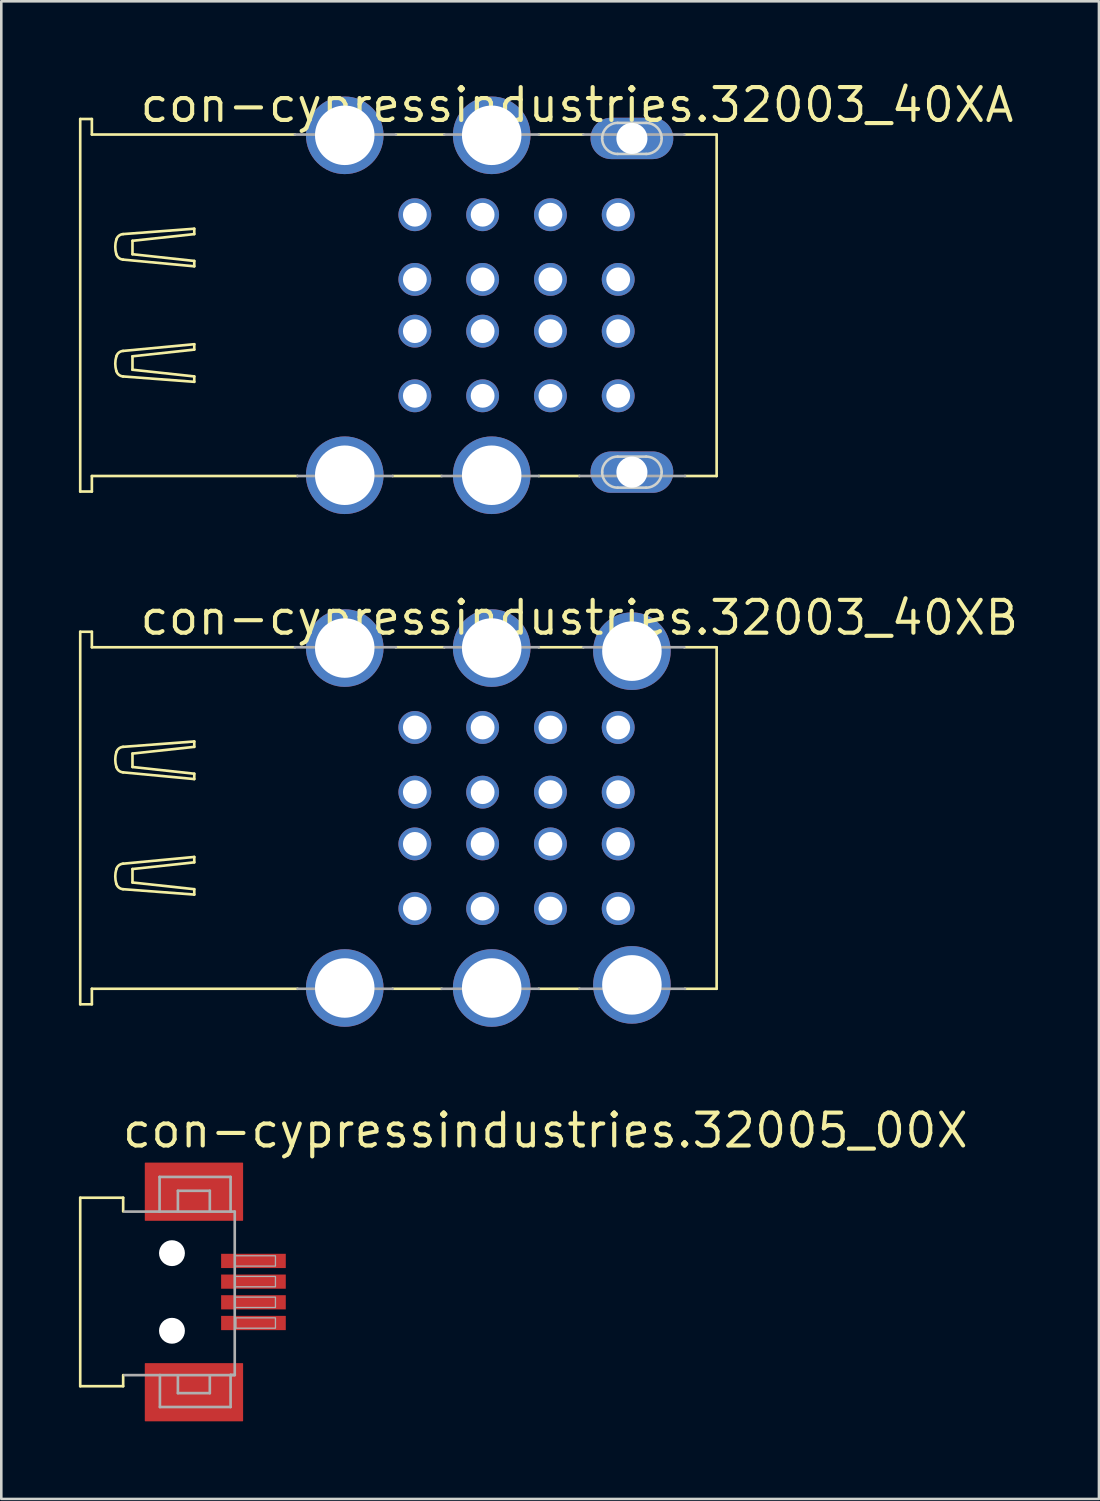
<source format=kicad_pcb>
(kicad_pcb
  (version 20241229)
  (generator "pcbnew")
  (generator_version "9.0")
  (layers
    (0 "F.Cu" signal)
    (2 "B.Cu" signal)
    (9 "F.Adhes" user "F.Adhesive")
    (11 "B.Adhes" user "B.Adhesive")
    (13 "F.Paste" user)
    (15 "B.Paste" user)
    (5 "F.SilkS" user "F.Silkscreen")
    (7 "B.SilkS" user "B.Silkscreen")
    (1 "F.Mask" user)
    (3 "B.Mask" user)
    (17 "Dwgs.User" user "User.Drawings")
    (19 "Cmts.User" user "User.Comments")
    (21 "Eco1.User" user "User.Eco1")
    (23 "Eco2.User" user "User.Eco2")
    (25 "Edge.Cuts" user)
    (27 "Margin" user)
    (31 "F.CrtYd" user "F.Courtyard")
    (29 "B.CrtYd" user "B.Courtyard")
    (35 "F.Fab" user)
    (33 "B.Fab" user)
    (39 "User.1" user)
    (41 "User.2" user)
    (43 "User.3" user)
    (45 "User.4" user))
  (footprint "con-cypressindustries.32003_40XB"
    (layer "F.Cu")
    (at 10.276 28.57)
    (property "Reference" "con-cypressindustries.32003_40XB" (at -8 -7 0) (layer "F.SilkS") (effects (font (size 1.27 1.27) (thickness 0.16)) (justify left bottom)))
    (attr through_hole)
    (fp_line (start -10.225 -7.2) (end -10.225 7.2) (stroke (width 0.102) (type default)) (layer "F.SilkS"))
    (fp_line (start -10.225 7.2) (end -9.775 7.2) (stroke (width 0.102) (type default)) (layer "F.SilkS"))
    (fp_line (start -9.775 -7.2) (end -10.225 -7.2) (stroke (width 0.102) (type default)) (layer "F.SilkS"))
    (fp_line (start -9.775 -6.6) (end -9.775 -7.2) (stroke (width 0.102) (type default)) (layer "F.SilkS"))
    (fp_line (start -9.775 6.6) (end -1.825 6.6) (stroke (width 0.102) (type default)) (layer "F.SilkS"))
    (fp_line (start -9.775 7.2) (end -9.775 6.6) (stroke (width 0.102) (type default)) (layer "F.SilkS"))
    (fp_line (start -8.569 -1.765) (end -5.817 -1.506) (stroke (width 0.102) (type default)) (layer "F.SilkS"))
    (fp_line (start -8.569 1.765) (end -5.817 1.505) (stroke (width 0.102) (type default)) (layer "F.SilkS"))
    (fp_line (start -8.205 -2.492) (end -5.817 -2.751) (stroke (width 0.102) (type default)) (layer "F.SilkS"))
    (fp_line (start -8.205 -1.973) (end -8.205 -2.492) (stroke (width 0.102) (type default)) (layer "F.SilkS"))
    (fp_line (start -8.205 1.972) (end -8.205 2.492) (stroke (width 0.102) (type default)) (layer "F.SilkS"))
    (fp_line (start -8.205 2.492) (end -5.817 2.751) (stroke (width 0.102) (type default)) (layer "F.SilkS"))
    (fp_line (start -5.817 -2.959) (end -8.569 -2.751) (stroke (width 0.102) (type default)) (layer "F.SilkS"))
    (fp_line (start -5.817 -2.751) (end -5.817 -2.959) (stroke (width 0.102) (type default)) (layer "F.SilkS"))
    (fp_line (start -5.817 -1.713) (end -8.205 -1.973) (stroke (width 0.102) (type default)) (layer "F.SilkS"))
    (fp_line (start -5.817 -1.506) (end -5.817 -1.713) (stroke (width 0.102) (type default)) (layer "F.SilkS"))
    (fp_line (start -5.817 1.505) (end -5.817 1.713) (stroke (width 0.102) (type default)) (layer "F.SilkS"))
    (fp_line (start -5.817 1.713) (end -8.205 1.972) (stroke (width 0.102) (type default)) (layer "F.SilkS"))
    (fp_line (start -5.817 2.751) (end -5.817 2.959) (stroke (width 0.102) (type default)) (layer "F.SilkS"))
    (fp_line (start -5.817 2.959) (end -8.569 2.751) (stroke (width 0.102) (type default)) (layer "F.SilkS"))
    (fp_line (start -1.925 -6.6) (end -9.775 -6.6) (stroke (width 0.102) (type default)) (layer "F.SilkS"))
    (fp_line (start 1.85 6.6) (end 3.75 6.6) (stroke (width 0.102) (type default)) (layer "F.SilkS"))
    (fp_line (start 3.85 -6.6) (end 1.975 -6.6) (stroke (width 0.102) (type default)) (layer "F.SilkS"))
    (fp_line (start 7.5 6.6) (end 9.075 6.6) (stroke (width 0.102) (type default)) (layer "F.SilkS"))
    (fp_line (start 9.225 -6.6) (end 7.5 -6.6) (stroke (width 0.102) (type default)) (layer "F.SilkS"))
    (fp_line (start 13.15 6.6) (end 14.375 6.6) (stroke (width 0.102) (type default)) (layer "F.SilkS"))
    (fp_line (start 14.375 -6.6) (end 13.125 -6.6) (stroke (width 0.102) (type default)) (layer "F.SilkS"))
    (fp_line (start 14.375 6.6) (end 14.375 -6.6) (stroke (width 0.102) (type default)) (layer "F.SilkS"))
    (fp_arc (start -8.828 -2.5438) (mid -8.730297 -2.687659) (end -8.5685 -2.7514) (stroke (width 0.1016) (type default)) (layer "F.SilkS"))
    (fp_arc (start -8.828 -1.9727) (mid -8.870802 -2.25825) (end -8.828 -2.5438) (stroke (width 0.1016) (type default)) (layer "F.SilkS"))
    (fp_arc (start -8.828 1.9725) (mid -8.730297 1.828641) (end -8.5685 1.7649) (stroke (width 0.1016) (type default)) (layer "F.SilkS"))
    (fp_arc (start -8.828 2.5436) (mid -8.870802 2.25805) (end -8.828 1.9725) (stroke (width 0.1016) (type default)) (layer "F.SilkS"))
    (fp_arc (start -8.5685 -1.7651) (mid -8.730297 -1.828841) (end -8.828 -1.9727) (stroke (width 0.1016) (type default)) (layer "F.SilkS"))
    (fp_arc (start -8.5685 2.7512) (mid -8.730297 2.687459) (end -8.828 2.5436) (stroke (width 0.1016) (type default)) (layer "F.SilkS"))
    (fp_line (start -1.825 6.6) (end 1.85 6.6) (stroke (width 0.102) (type default)) (layer "F.Fab"))
    (fp_line (start 1.975 -6.6) (end -1.925 -6.6) (stroke (width 0.102) (type default)) (layer "F.Fab"))
    (fp_line (start 3.75 6.6) (end 7.5 6.6) (stroke (width 0.102) (type default)) (layer "F.Fab"))
    (fp_line (start 7.5 -6.6) (end 3.85 -6.6) (stroke (width 0.102) (type default)) (layer "F.Fab"))
    (fp_line (start 9.075 6.6) (end 13.15 6.6) (stroke (width 0.102) (type default)) (layer "F.Fab"))
    (fp_line (start 13.125 -6.6) (end 9.225 -6.6) (stroke (width 0.102) (type default)) (layer "F.Fab"))
    (pad "1-1" thru_hole circle (at 2.71 3.5) (size 1.27 1.27) (drill 0.92) (layers "*.Cu" "*.Mask"))
    (pad "1-2" thru_hole circle (at 2.71 1) (size 1.27 1.27) (drill 0.92) (layers "*.Cu" "*.Mask"))
    (pad "1-3" thru_hole circle (at 2.71 -1) (size 1.27 1.27) (drill 0.92) (layers "*.Cu" "*.Mask"))
    (pad "1-4" thru_hole circle (at 2.71 -3.5) (size 1.27 1.27) (drill 0.92) (layers "*.Cu" "*.Mask"))
    (pad "2-1" thru_hole circle (at 5.33 3.5) (size 1.27 1.27) (drill 0.92) (layers "*.Cu" "*.Mask"))
    (pad "2-2" thru_hole circle (at 5.33 1) (size 1.27 1.27) (drill 0.92) (layers "*.Cu" "*.Mask"))
    (pad "2-3" thru_hole circle (at 5.33 -1) (size 1.27 1.27) (drill 0.92) (layers "*.Cu" "*.Mask"))
    (pad "2-4" thru_hole circle (at 5.33 -3.5) (size 1.27 1.27) (drill 0.92) (layers "*.Cu" "*.Mask"))
    (pad "3-1" thru_hole circle (at 7.95 3.5) (size 1.27 1.27) (drill 0.92) (layers "*.Cu" "*.Mask"))
    (pad "3-2" thru_hole circle (at 7.95 1) (size 1.27 1.27) (drill 0.92) (layers "*.Cu" "*.Mask"))
    (pad "3-3" thru_hole circle (at 7.95 -1) (size 1.27 1.27) (drill 0.92) (layers "*.Cu" "*.Mask"))
    (pad "3-4" thru_hole circle (at 7.95 -3.5) (size 1.27 1.27) (drill 0.92) (layers "*.Cu" "*.Mask"))
    (pad "4-1" thru_hole circle (at 10.57 3.5) (size 1.27 1.27) (drill 0.92) (layers "*.Cu" "*.Mask"))
    (pad "4-2" thru_hole circle (at 10.57 1) (size 1.27 1.27) (drill 0.92) (layers "*.Cu" "*.Mask"))
    (pad "4-3" thru_hole circle (at 10.57 -1) (size 1.27 1.27) (drill 0.92) (layers "*.Cu" "*.Mask"))
    (pad "4-4" thru_hole circle (at 10.57 -3.5) (size 1.27 1.27) (drill 0.92) (layers "*.Cu" "*.Mask"))
    (pad "M1" thru_hole circle (at 0 -6.57) (size 3 3) (drill 2.3) (layers "*.Cu" "*.Mask"))
    (pad "M2" thru_hole circle (at 0 6.57) (size 3 3) (drill 2.3) (layers "*.Cu" "*.Mask"))
    (pad "M3" thru_hole circle (at 5.68 -6.57) (size 3 3) (drill 2.3) (layers "*.Cu" "*.Mask"))
    (pad "M4" thru_hole circle (at 5.68 6.57) (size 3 3) (drill 2.3) (layers "*.Cu" "*.Mask"))
    (pad "M5" thru_hole circle (at 11.1 -6.45) (size 3 3) (drill 2.3) (layers "*.Cu" "*.Mask"))
    (pad "M6" thru_hole circle (at 11.1 6.45) (size 3 3) (drill 2.3) (layers "*.Cu" "*.Mask")))
  (footprint "con-cypressindustries.32005_00X"
    (layer "F.Cu")
    (at 3.597 46.89)
    (property "Reference" "con-cypressindustries.32005_00X" (at -2 -5.5 0) (layer "F.SilkS") (effects (font (size 1.27 1.27) (thickness 0.16)) (justify left bottom)))
    (attr smd)
    (fp_line (start -3.546 -3.643) (end -1.886 -3.643) (stroke (width 0.102) (type default)) (layer "F.SilkS"))
    (fp_line (start -3.546 3.643) (end -3.546 -3.643) (stroke (width 0.102) (type default)) (layer "F.SilkS"))
    (fp_line (start -1.886 -3.643) (end -1.886 -3.112) (stroke (width 0.102) (type default)) (layer "F.SilkS"))
    (fp_line (start -1.886 3.212) (end -1.886 3.643) (stroke (width 0.102) (type default)) (layer "F.SilkS"))
    (fp_line (start -1.886 3.643) (end -3.546 3.643) (stroke (width 0.102) (type default)) (layer "F.SilkS"))
    (fp_line (start -1.832 -3.107) (end -0.479 -3.107) (stroke (width 0.102) (type default)) (layer "F.Fab"))
    (fp_line (start -1.832 3.214) (end -0.466 3.214) (stroke (width 0.102) (type default)) (layer "F.Fab"))
    (fp_line (start -0.479 -4.447) (end 2.266 -4.447) (stroke (width 0.102) (type default)) (layer "F.Fab"))
    (fp_line (start -0.479 -3.107) (end -0.479 -4.447) (stroke (width 0.102) (type default)) (layer "F.Fab"))
    (fp_line (start -0.479 -3.107) (end 2.266 -3.107) (stroke (width 0.102) (type default)) (layer "F.Fab"))
    (fp_line (start -0.466 3.214) (end 2.429 3.214) (stroke (width 0.102) (type default)) (layer "F.Fab"))
    (fp_line (start -0.466 4.447) (end -0.466 3.214) (stroke (width 0.102) (type default)) (layer "F.Fab"))
    (fp_line (start 0.23 -3.911) (end 0.23 -3.134) (stroke (width 0.102) (type default)) (layer "F.Fab"))
    (fp_line (start 0.23 3.911) (end 0.23 3.234) (stroke (width 0.102) (type default)) (layer "F.Fab"))
    (fp_line (start 1.463 -3.911) (end 0.23 -3.911) (stroke (width 0.102) (type default)) (layer "F.Fab"))
    (fp_line (start 1.463 -3.134) (end 1.463 -3.911) (stroke (width 0.102) (type default)) (layer "F.Fab"))
    (fp_line (start 1.463 3.234) (end 1.463 3.911) (stroke (width 0.102) (type default)) (layer "F.Fab"))
    (fp_line (start 1.463 3.911) (end 0.23 3.911) (stroke (width 0.102) (type default)) (layer "F.Fab"))
    (fp_line (start 2.266 -4.447) (end 2.266 -3.107) (stroke (width 0.102) (type default)) (layer "F.Fab"))
    (fp_line (start 2.266 -3.107) (end 2.427 -3.107) (stroke (width 0.102) (type default)) (layer "F.Fab"))
    (fp_line (start 2.266 3.207) (end 2.266 4.447) (stroke (width 0.102) (type default)) (layer "F.Fab"))
    (fp_line (start 2.266 4.447) (end -0.466 4.447) (stroke (width 0.102) (type default)) (layer "F.Fab"))
    (fp_line (start 2.427 -3.107) (end 2.427 3.207) (stroke (width 0.102) (type default)) (layer "F.Fab"))
    (fp_line (start 2.427 3.207) (end 2.266 3.207) (stroke (width 0.102) (type default)) (layer "F.Fab"))
    (fp_rect (start 2.425 -1) (end 4 -1.4) (stroke (width 0.05) (type default)) (fill no) (layer "F.Fab"))
    (fp_rect (start 2.45 -0.2) (end 4 -0.6) (stroke (width 0.05) (type default)) (fill no) (layer "F.Fab"))
    (fp_rect (start 2.45 0.6) (end 4 0.2) (stroke (width 0.05) (type default)) (fill no) (layer "F.Fab"))
    (fp_rect (start 2.475 1.4) (end 4 1) (stroke (width 0.05) (type default)) (fill no) (layer "F.Fab"))
    (pad "" np_thru_hole circle (at 0 -1.5) (size 1 1) (drill 1) (layers "*.Cu" "*.Mask"))
    (pad "" np_thru_hole circle (at 0 1.5) (size 1 1) (drill 1) (layers "*.Cu" "*.Mask"))
    (pad "1" smd roundrect (at 3.15 -1.2 270) (size 0.55 2.5) (layers "F.Cu" "F.Mask" "F.Paste") (roundrect_rratio 0.01))
    (pad "2" smd roundrect (at 3.15 -0.4 270) (size 0.55 2.5) (layers "F.Cu" "F.Mask" "F.Paste") (roundrect_rratio 0.01))
    (pad "3" smd roundrect (at 3.15 0.4 270) (size 0.55 2.5) (layers "F.Cu" "F.Mask" "F.Paste") (roundrect_rratio 0.01))
    (pad "4" smd roundrect (at 3.15 1.2 270) (size 0.55 2.5) (layers "F.Cu" "F.Mask" "F.Paste") (roundrect_rratio 0.01))
    (pad "M1" smd roundrect (at 0.85 -3.875 270) (size 2.25 3.8) (layers "F.Cu" "F.Mask" "F.Paste") (roundrect_rratio 0.01))
    (pad "M2" smd roundrect (at 0.85 3.875 270) (size 2.25 3.8) (layers "F.Cu" "F.Mask" "F.Paste") (roundrect_rratio 0.01)))
  (footprint "con-cypressindustries.32003_40XA"
    (layer "F.Cu")
    (at 10.276 8.75)
    (property "Reference" "con-cypressindustries.32003_40XA" (at -8 -7 0) (layer "F.SilkS") (effects (font (size 1.27 1.27) (thickness 0.16)) (justify left bottom)))
    (attr through_hole)
    (fp_line (start -10.225 -7.2) (end -10.225 7.2) (stroke (width 0.102) (type default)) (layer "F.SilkS"))
    (fp_line (start -10.225 7.2) (end -9.775 7.2) (stroke (width 0.102) (type default)) (layer "F.SilkS"))
    (fp_line (start -9.775 -7.2) (end -10.225 -7.2) (stroke (width 0.102) (type default)) (layer "F.SilkS"))
    (fp_line (start -9.775 -6.6) (end -9.775 -7.2) (stroke (width 0.102) (type default)) (layer "F.SilkS"))
    (fp_line (start -9.775 6.6) (end -1.825 6.6) (stroke (width 0.102) (type default)) (layer "F.SilkS"))
    (fp_line (start -9.775 7.2) (end -9.775 6.6) (stroke (width 0.102) (type default)) (layer "F.SilkS"))
    (fp_line (start -8.569 -1.765) (end -5.817 -1.506) (stroke (width 0.102) (type default)) (layer "F.SilkS"))
    (fp_line (start -8.569 1.765) (end -5.817 1.505) (stroke (width 0.102) (type default)) (layer "F.SilkS"))
    (fp_line (start -8.205 -2.492) (end -5.817 -2.751) (stroke (width 0.102) (type default)) (layer "F.SilkS"))
    (fp_line (start -8.205 -1.973) (end -8.205 -2.492) (stroke (width 0.102) (type default)) (layer "F.SilkS"))
    (fp_line (start -8.205 1.972) (end -8.205 2.492) (stroke (width 0.102) (type default)) (layer "F.SilkS"))
    (fp_line (start -8.205 2.492) (end -5.817 2.751) (stroke (width 0.102) (type default)) (layer "F.SilkS"))
    (fp_line (start -5.817 -2.959) (end -8.569 -2.751) (stroke (width 0.102) (type default)) (layer "F.SilkS"))
    (fp_line (start -5.817 -2.751) (end -5.817 -2.959) (stroke (width 0.102) (type default)) (layer "F.SilkS"))
    (fp_line (start -5.817 -1.713) (end -8.205 -1.973) (stroke (width 0.102) (type default)) (layer "F.SilkS"))
    (fp_line (start -5.817 -1.506) (end -5.817 -1.713) (stroke (width 0.102) (type default)) (layer "F.SilkS"))
    (fp_line (start -5.817 1.505) (end -5.817 1.713) (stroke (width 0.102) (type default)) (layer "F.SilkS"))
    (fp_line (start -5.817 1.713) (end -8.205 1.972) (stroke (width 0.102) (type default)) (layer "F.SilkS"))
    (fp_line (start -5.817 2.751) (end -5.817 2.959) (stroke (width 0.102) (type default)) (layer "F.SilkS"))
    (fp_line (start -5.817 2.959) (end -8.569 2.751) (stroke (width 0.102) (type default)) (layer "F.SilkS"))
    (fp_line (start -1.925 -6.6) (end -9.775 -6.6) (stroke (width 0.102) (type default)) (layer "F.SilkS"))
    (fp_line (start 1.85 6.6) (end 3.75 6.6) (stroke (width 0.102) (type default)) (layer "F.SilkS"))
    (fp_line (start 3.85 -6.6) (end 1.975 -6.6) (stroke (width 0.102) (type default)) (layer "F.SilkS"))
    (fp_line (start 7.5 6.6) (end 9.075 6.6) (stroke (width 0.102) (type default)) (layer "F.SilkS"))
    (fp_line (start 9.225 -6.6) (end 7.5 -6.6) (stroke (width 0.102) (type default)) (layer "F.SilkS"))
    (fp_line (start 13.15 6.6) (end 14.375 6.6) (stroke (width 0.102) (type default)) (layer "F.SilkS"))
    (fp_line (start 14.375 -6.6) (end 13.125 -6.6) (stroke (width 0.102) (type default)) (layer "F.SilkS"))
    (fp_line (start 14.375 6.6) (end 14.375 -6.6) (stroke (width 0.102) (type default)) (layer "F.SilkS"))
    (fp_arc (start -8.828 -2.5438) (mid -8.730297 -2.687659) (end -8.5685 -2.7514) (stroke (width 0.1016) (type default)) (layer "F.SilkS"))
    (fp_arc (start -8.828 -1.9727) (mid -8.870802 -2.25825) (end -8.828 -2.5438) (stroke (width 0.1016) (type default)) (layer "F.SilkS"))
    (fp_arc (start -8.828 1.9725) (mid -8.730297 1.828641) (end -8.5685 1.7649) (stroke (width 0.1016) (type default)) (layer "F.SilkS"))
    (fp_arc (start -8.828 2.5436) (mid -8.870802 2.25805) (end -8.828 1.9725) (stroke (width 0.1016) (type default)) (layer "F.SilkS"))
    (fp_arc (start -8.5685 -1.7651) (mid -8.730297 -1.828841) (end -8.828 -1.9727) (stroke (width 0.1016) (type default)) (layer "F.SilkS"))
    (fp_arc (start -8.5685 2.7512) (mid -8.730297 2.687459) (end -8.828 2.5436) (stroke (width 0.1016) (type default)) (layer "F.SilkS"))
    (fp_line (start 10.55 -7.05) (end 11.65 -7.05) (stroke (width 0.1) (type default)) (layer "Edge.Cuts"))
    (fp_line (start 10.55 5.85) (end 11.65 5.85) (stroke (width 0.1) (type default)) (layer "Edge.Cuts"))
    (fp_line (start 11.65 -5.85) (end 10.55 -5.85) (stroke (width 0.1) (type default)) (layer "Edge.Cuts"))
    (fp_line (start 11.65 7.05) (end 10.55 7.05) (stroke (width 0.1) (type default)) (layer "Edge.Cuts"))
    (fp_arc (start 9.95 -6.45) (mid 10.125736 -6.874264) (end 10.55 -7.05) (stroke (width 0.1) (type default)) (layer "Edge.Cuts"))
    (fp_arc (start 9.95 6.45) (mid 10.125736 6.025736) (end 10.55 5.85) (stroke (width 0.1) (type default)) (layer "Edge.Cuts"))
    (fp_arc (start 10.55 -5.85) (mid 10.125736 -6.025736) (end 9.95 -6.45) (stroke (width 0.1) (type default)) (layer "Edge.Cuts"))
    (fp_arc (start 10.55 7.05) (mid 10.125736 6.874264) (end 9.95 6.45) (stroke (width 0.1) (type default)) (layer "Edge.Cuts"))
    (fp_arc (start 11.65 -7.05) (mid 12.074264 -6.874264) (end 12.25 -6.45) (stroke (width 0.1) (type default)) (layer "Edge.Cuts"))
    (fp_arc (start 11.65 5.85) (mid 12.074264 6.025736) (end 12.25 6.45) (stroke (width 0.1) (type default)) (layer "Edge.Cuts"))
    (fp_arc (start 12.25 -6.45) (mid 12.074264 -6.025736) (end 11.65 -5.85) (stroke (width 0.1) (type default)) (layer "Edge.Cuts"))
    (fp_arc (start 12.25 6.45) (mid 12.074264 6.874264) (end 11.65 7.05) (stroke (width 0.1) (type default)) (layer "Edge.Cuts"))
    (fp_line (start -1.825 6.6) (end 1.85 6.6) (stroke (width 0.102) (type default)) (layer "F.Fab"))
    (fp_line (start 1.975 -6.6) (end -1.925 -6.6) (stroke (width 0.102) (type default)) (layer "F.Fab"))
    (fp_line (start 3.75 6.6) (end 7.5 6.6) (stroke (width 0.102) (type default)) (layer "F.Fab"))
    (fp_line (start 7.5 -6.6) (end 3.85 -6.6) (stroke (width 0.102) (type default)) (layer "F.Fab"))
    (fp_line (start 9.075 6.6) (end 13.15 6.6) (stroke (width 0.102) (type default)) (layer "F.Fab"))
    (fp_line (start 13.125 -6.6) (end 9.225 -6.6) (stroke (width 0.102) (type default)) (layer "F.Fab"))
    (pad "1-1" thru_hole circle (at 2.71 3.5) (size 1.27 1.27) (drill 0.92) (layers "*.Cu" "*.Mask"))
    (pad "1-2" thru_hole circle (at 2.71 1) (size 1.27 1.27) (drill 0.92) (layers "*.Cu" "*.Mask"))
    (pad "1-3" thru_hole circle (at 2.71 -1) (size 1.27 1.27) (drill 0.92) (layers "*.Cu" "*.Mask"))
    (pad "1-4" thru_hole circle (at 2.71 -3.5) (size 1.27 1.27) (drill 0.92) (layers "*.Cu" "*.Mask"))
    (pad "2-1" thru_hole circle (at 5.33 3.5) (size 1.27 1.27) (drill 0.92) (layers "*.Cu" "*.Mask"))
    (pad "2-2" thru_hole circle (at 5.33 1) (size 1.27 1.27) (drill 0.92) (layers "*.Cu" "*.Mask"))
    (pad "2-3" thru_hole circle (at 5.33 -1) (size 1.27 1.27) (drill 0.92) (layers "*.Cu" "*.Mask"))
    (pad "2-4" thru_hole circle (at 5.33 -3.5) (size 1.27 1.27) (drill 0.92) (layers "*.Cu" "*.Mask"))
    (pad "3-1" thru_hole circle (at 7.95 3.5) (size 1.27 1.27) (drill 0.92) (layers "*.Cu" "*.Mask"))
    (pad "3-2" thru_hole circle (at 7.95 1) (size 1.27 1.27) (drill 0.92) (layers "*.Cu" "*.Mask"))
    (pad "3-3" thru_hole circle (at 7.95 -1) (size 1.27 1.27) (drill 0.92) (layers "*.Cu" "*.Mask"))
    (pad "3-4" thru_hole circle (at 7.95 -3.5) (size 1.27 1.27) (drill 0.92) (layers "*.Cu" "*.Mask"))
    (pad "4-1" thru_hole circle (at 10.57 3.5) (size 1.27 1.27) (drill 0.92) (layers "*.Cu" "*.Mask"))
    (pad "4-2" thru_hole circle (at 10.57 1) (size 1.27 1.27) (drill 0.92) (layers "*.Cu" "*.Mask"))
    (pad "4-3" thru_hole circle (at 10.57 -1) (size 1.27 1.27) (drill 0.92) (layers "*.Cu" "*.Mask"))
    (pad "4-4" thru_hole circle (at 10.57 -3.5) (size 1.27 1.27) (drill 0.92) (layers "*.Cu" "*.Mask"))
    (pad "M1" thru_hole circle (at 0 -6.57) (size 3 3) (drill 2.3) (layers "*.Cu" "*.Mask"))
    (pad "M2" thru_hole circle (at 0 6.57) (size 3 3) (drill 2.3) (layers "*.Cu" "*.Mask"))
    (pad "M3" thru_hole circle (at 5.68 -6.57) (size 3 3) (drill 2.3) (layers "*.Cu" "*.Mask"))
    (pad "M4" thru_hole circle (at 5.68 6.57) (size 3 3) (drill 2.3) (layers "*.Cu" "*.Mask"))
    (pad "M5" thru_hole oval (at 11.1 -6.45) (size 3.2 1.6) (drill 1.2) (layers "*.Cu" "*.Mask"))
    (pad "M6" thru_hole oval (at 11.1 6.45) (size 3.2 1.6) (drill 1.2) (layers "*.Cu" "*.Mask")))
  (gr_rect
    (start -3 -3)
    (end 39.429 54.89)
    (stroke (width 0.1) (type default))
    (fill no)
    (layer "Edge.Cuts")))
</source>
